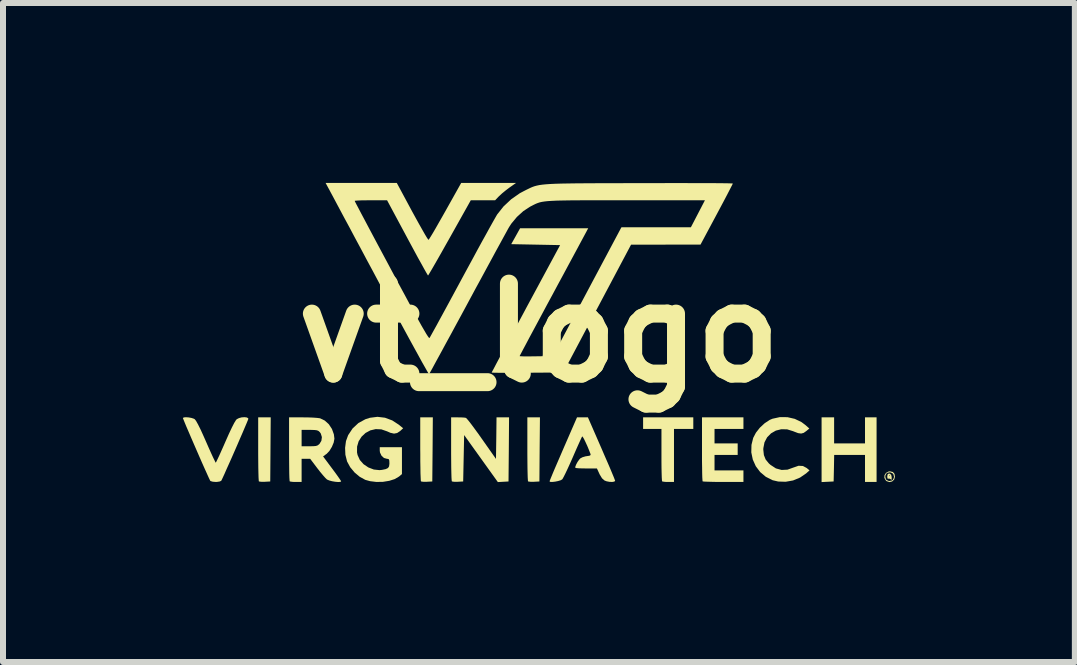
<source format=kicad_pcb>
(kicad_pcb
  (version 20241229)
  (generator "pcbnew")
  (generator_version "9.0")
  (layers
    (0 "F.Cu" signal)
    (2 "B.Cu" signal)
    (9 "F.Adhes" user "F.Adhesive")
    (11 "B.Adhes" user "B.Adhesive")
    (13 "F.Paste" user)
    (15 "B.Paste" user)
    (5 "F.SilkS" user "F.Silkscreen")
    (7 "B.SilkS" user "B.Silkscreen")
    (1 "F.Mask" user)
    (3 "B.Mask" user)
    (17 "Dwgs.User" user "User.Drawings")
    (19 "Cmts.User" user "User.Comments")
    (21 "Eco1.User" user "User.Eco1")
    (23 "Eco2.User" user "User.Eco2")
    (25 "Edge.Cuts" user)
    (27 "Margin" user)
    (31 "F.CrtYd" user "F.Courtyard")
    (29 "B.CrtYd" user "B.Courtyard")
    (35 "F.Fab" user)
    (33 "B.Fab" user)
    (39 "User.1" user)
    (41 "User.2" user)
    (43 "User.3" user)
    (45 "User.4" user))
  (footprint "vt_logo"
    (layer "F.Cu")
    (at 5.936 2.501)
    (property "Reference" "vt_logo" (at 0 0 0) (layer "F.SilkS") (effects (font (size 1.5 1.5) (thickness 0.3))))
    (attr board_only exclude_from_pos_files exclude_from_bom)
    (fp_poly (pts (xy -4.476 1.942) (xy -4.48 2.477) (xy -4.569 2.482) (xy -4.62 2.483) (xy -4.658 2.479) (xy -4.67 2.475) (xy -4.672 2.457) (xy -4.675 2.41) (xy -4.677 2.339) (xy -4.679 2.248) (xy -4.68 2.14) (xy -4.681 2.018) (xy -4.681 1.936) (xy -4.681 1.408) (xy -4.576 1.408) (xy -4.472 1.408)) (stroke (width 0) (type solid)) (fill yes) (layer "F.SilkS"))
    (fp_poly (pts (xy -1.773 1.942) (xy -1.778 2.477) (xy -1.867 2.482) (xy -1.918 2.483) (xy -1.955 2.479) (xy -1.967 2.475) (xy -1.97 2.457) (xy -1.972 2.41) (xy -1.975 2.339) (xy -1.976 2.248) (xy -1.978 2.14) (xy -1.978 2.018) (xy -1.979 1.936) (xy -1.979 1.408) (xy -1.874 1.408) (xy -1.769 1.408)) (stroke (width 0) (type solid)) (fill yes) (layer "F.SilkS"))
    (fp_poly (pts (xy 0.012 1.942) (xy 0.008 2.477) (xy -0.081 2.482) (xy -0.132 2.483) (xy -0.169 2.479) (xy -0.182 2.475) (xy -0.184 2.457) (xy -0.187 2.41) (xy -0.189 2.339) (xy -0.191 2.248) (xy -0.192 2.14) (xy -0.193 2.018) (xy -0.193 1.936) (xy -0.193 1.408) (xy -0.088 1.408) (xy 0.017 1.408)) (stroke (width 0) (type solid)) (fill yes) (layer "F.SilkS"))
    (fp_poly (pts (xy 5.874 2.367) (xy 5.882 2.406) (xy 5.881 2.443) (xy 5.875 2.451) (xy 5.864 2.438) (xy 5.843 2.429) (xy 5.831 2.431) (xy 5.813 2.429) (xy 5.807 2.4) (xy 5.807 2.4) (xy 5.81 2.381) (xy 5.839 2.381) (xy 5.847 2.389) (xy 5.855 2.381) (xy 5.847 2.373) (xy 5.839 2.381) (xy 5.81 2.381) (xy 5.812 2.365) (xy 5.822 2.349) (xy 5.851 2.346)) (stroke (width 0) (type solid)) (fill yes) (layer "F.SilkS"))
    (fp_poly (pts (xy 2.574 1.504) (xy 2.574 1.601) (xy 2.413 1.601) (xy 2.252 1.601) (xy 2.252 2.043) (xy 2.252 2.485) (xy 2.158 2.485) (xy 2.106 2.484) (xy 2.067 2.479) (xy 2.054 2.475) (xy 2.051 2.456) (xy 2.048 2.41) (xy 2.046 2.34) (xy 2.044 2.251) (xy 2.043 2.147) (xy 2.043 2.032) (xy 2.043 2.032) (xy 2.043 1.601) (xy 1.89 1.601) (xy 1.737 1.601) (xy 1.737 1.504) (xy 1.737 1.408) (xy 2.156 1.408) (xy 2.574 1.408)) (stroke (width 0) (type solid)) (fill yes) (layer "F.SilkS"))
    (fp_poly (pts (xy 4.922 1.625) (xy 4.922 1.842) (xy 5.18 1.842) (xy 5.437 1.842) (xy 5.437 1.625) (xy 5.437 1.408) (xy 5.534 1.408) (xy 5.63 1.408) (xy 5.63 1.946) (xy 5.63 2.485) (xy 5.534 2.485) (xy 5.437 2.485) (xy 5.437 2.26) (xy 5.437 2.035) (xy 5.18 2.035) (xy 4.923 2.035) (xy 4.919 2.256) (xy 4.914 2.477) (xy 4.814 2.482) (xy 4.713 2.487) (xy 4.713 1.947) (xy 4.713 1.408) (xy 4.818 1.408) (xy 4.922 1.408)) (stroke (width 0) (type solid)) (fill yes) (layer "F.SilkS"))
    (fp_poly (pts (xy 5.902 2.319) (xy 5.929 2.351) (xy 5.936 2.399) (xy 5.923 2.446) (xy 5.889 2.477) (xy 5.845 2.487) (xy 5.8 2.473) (xy 5.784 2.46) (xy 5.76 2.418) (xy 5.761 2.397) (xy 5.775 2.397) (xy 5.784 2.434) (xy 5.794 2.45) (xy 5.826 2.466) (xy 5.847 2.469) (xy 5.884 2.461) (xy 5.9 2.45) (xy 5.917 2.419) (xy 5.92 2.397) (xy 5.911 2.36) (xy 5.9 2.344) (xy 5.869 2.328) (xy 5.847 2.324) (xy 5.81 2.333) (xy 5.794 2.344) (xy 5.778 2.375) (xy 5.775 2.397) (xy 5.761 2.397) (xy 5.762 2.373) (xy 5.787 2.334) (xy 5.829 2.311) (xy 5.853 2.308)) (stroke (width 0) (type solid)) (fill yes) (layer "F.SilkS"))
    (fp_poly (pts (xy -1.293 1.409) (xy -1.243 1.412) (xy -1.216 1.417) (xy -1.2 1.433) (xy -1.168 1.471) (xy -1.124 1.528) (xy -1.07 1.601) (xy -1.008 1.686) (xy -0.953 1.764) (xy -0.716 2.101) (xy -0.711 1.754) (xy -0.707 1.408) (xy -0.603 1.408) (xy -0.498 1.408) (xy -0.502 1.942) (xy -0.507 2.477) (xy -0.596 2.482) (xy -0.685 2.487) (xy -0.966 2.095) (xy -1.247 1.703) (xy -1.255 2.09) (xy -1.263 2.477) (xy -1.352 2.482) (xy -1.403 2.483) (xy -1.44 2.479) (xy -1.452 2.475) (xy -1.455 2.457) (xy -1.458 2.41) (xy -1.46 2.339) (xy -1.462 2.248) (xy -1.463 2.14) (xy -1.464 2.018) (xy -1.464 1.936) (xy -1.464 1.408) (xy -1.353 1.408)) (stroke (width 0) (type solid)) (fill yes) (layer "F.SilkS"))
    (fp_poly (pts (xy 3.41 1.504) (xy 3.41 1.601) (xy 3.169 1.601) (xy 2.928 1.601) (xy 2.928 1.721) (xy 2.928 1.842) (xy 3.121 1.842) (xy 3.314 1.842) (xy 3.314 1.938) (xy 3.314 2.035) (xy 3.121 2.035) (xy 2.928 2.035) (xy 2.928 2.164) (xy 2.928 2.292) (xy 3.169 2.292) (xy 3.41 2.292) (xy 3.41 2.389) (xy 3.41 2.485) (xy 3.075 2.485) (xy 2.974 2.485) (xy 2.885 2.483) (xy 2.811 2.481) (xy 2.758 2.479) (xy 2.732 2.476) (xy 2.729 2.475) (xy 2.727 2.456) (xy 2.724 2.41) (xy 2.722 2.339) (xy 2.721 2.248) (xy 2.719 2.14) (xy 2.719 2.018) (xy 2.719 1.936) (xy 2.719 1.408) (xy 3.064 1.408) (xy 3.41 1.408)) (stroke (width 0) (type solid)) (fill yes) (layer "F.SilkS"))
    (fp_poly (pts (xy 4.144 1.405) (xy 4.266 1.433) (xy 4.378 1.487) (xy 4.441 1.534) (xy 4.509 1.594) (xy 4.457 1.637) (xy 4.414 1.667) (xy 4.372 1.678) (xy 4.322 1.671) (xy 4.256 1.646) (xy 4.239 1.639) (xy 4.139 1.608) (xy 4.041 1.606) (xy 3.95 1.629) (xy 3.87 1.675) (xy 3.805 1.741) (xy 3.761 1.824) (xy 3.742 1.922) (xy 3.741 1.946) (xy 3.751 2.037) (xy 3.78 2.11) (xy 3.834 2.176) (xy 3.861 2.2) (xy 3.951 2.259) (xy 4.046 2.285) (xy 4.145 2.28) (xy 4.248 2.243) (xy 4.249 2.243) (xy 4.329 2.215) (xy 4.402 2.219) (xy 4.464 2.252) (xy 4.512 2.292) (xy 4.456 2.342) (xy 4.354 2.412) (xy 4.238 2.46) (xy 4.114 2.482) (xy 3.99 2.478) (xy 3.896 2.456) (xy 3.783 2.399) (xy 3.689 2.32) (xy 3.616 2.223) (xy 3.566 2.112) (xy 3.541 1.992) (xy 3.544 1.867) (xy 3.573 1.75) (xy 3.618 1.664) (xy 3.684 1.58) (xy 3.764 1.506) (xy 3.849 1.45) (xy 3.894 1.431) (xy 4.017 1.404)) (stroke (width 0) (type solid)) (fill yes) (layer "F.SilkS"))
    (fp_poly (pts (xy -2.567 1.414) (xy -2.446 1.459) (xy -2.337 1.53) (xy -2.264 1.59) (xy -2.314 1.636) (xy -2.364 1.669) (xy -2.416 1.679) (xy -2.478 1.665) (xy -2.532 1.641) (xy -2.628 1.608) (xy -2.722 1.604) (xy -2.811 1.625) (xy -2.891 1.668) (xy -2.957 1.73) (xy -3.006 1.807) (xy -3.032 1.895) (xy -3.033 1.992) (xy -3.024 2.036) (xy -2.986 2.119) (xy -2.924 2.189) (xy -2.844 2.243) (xy -2.753 2.278) (xy -2.658 2.288) (xy -2.618 2.284) (xy -2.555 2.271) (xy -2.517 2.253) (xy -2.499 2.226) (xy -2.493 2.183) (xy -2.493 2.171) (xy -2.495 2.127) (xy -2.503 2.106) (xy -2.523 2.1) (xy -2.534 2.099) (xy -2.584 2.085) (xy -2.625 2.047) (xy -2.65 1.994) (xy -2.654 1.963) (xy -2.654 1.906) (xy -2.469 1.906) (xy -2.284 1.906) (xy -2.284 2.13) (xy -2.284 2.354) (xy -2.333 2.395) (xy -2.404 2.437) (xy -2.495 2.466) (xy -2.6 2.483) (xy -2.71 2.485) (xy -2.816 2.472) (xy -2.895 2.45) (xy -2.987 2.4) (xy -3.074 2.327) (xy -3.147 2.239) (xy -3.198 2.145) (xy -3.2 2.139) (xy -3.227 2.032) (xy -3.232 1.916) (xy -3.217 1.803) (xy -3.181 1.705) (xy -3.106 1.592) (xy -3.01 1.503) (xy -2.895 1.44) (xy -2.817 1.415) (xy -2.692 1.399)) (stroke (width 0) (type solid)) (fill yes) (layer "F.SilkS"))
    (fp_poly (pts (xy 1.044 1.928) (xy 1.096 2.049) (xy 1.145 2.161) (xy 1.188 2.261) (xy 1.223 2.345) (xy 1.25 2.41) (xy 1.266 2.452) (xy 1.271 2.466) (xy 1.257 2.479) (xy 1.222 2.485) (xy 1.175 2.483) (xy 1.128 2.474) (xy 1.094 2.461) (xy 1.052 2.424) (xy 1.012 2.358) (xy 1.008 2.349) (xy 0.967 2.26) (xy 0.792 2.26) (xy 0.72 2.259) (xy 0.66 2.257) (xy 0.62 2.253) (xy 0.607 2.25) (xy 0.607 2.23) (xy 0.621 2.194) (xy 0.644 2.151) (xy 0.672 2.112) (xy 0.689 2.093) (xy 0.726 2.073) (xy 0.777 2.058) (xy 0.796 2.055) (xy 0.842 2.048) (xy 0.861 2.037) (xy 0.861 2.021) (xy 0.835 1.954) (xy 0.807 1.886) (xy 0.778 1.823) (xy 0.753 1.771) (xy 0.733 1.737) (xy 0.722 1.725) (xy 0.722 1.725) (xy 0.712 1.743) (xy 0.692 1.786) (xy 0.663 1.85) (xy 0.627 1.93) (xy 0.587 2.022) (xy 0.564 2.075) (xy 0.52 2.174) (xy 0.479 2.264) (xy 0.443 2.34) (xy 0.414 2.398) (xy 0.394 2.434) (xy 0.388 2.442) (xy 0.362 2.457) (xy 0.319 2.47) (xy 0.269 2.48) (xy 0.223 2.485) (xy 0.189 2.484) (xy 0.177 2.475) (xy 0.183 2.458) (xy 0.201 2.414) (xy 0.228 2.348) (xy 0.264 2.263) (xy 0.308 2.161) (xy 0.357 2.048) (xy 0.406 1.934) (xy 0.635 1.408) (xy 0.726 1.408) (xy 0.817 1.408)) (stroke (width 0) (type solid)) (fill yes) (layer "F.SilkS"))
    (fp_poly (pts (xy -4.869 1.41) (xy -4.847 1.424) (xy -4.846 1.436) (xy -4.855 1.459) (xy -4.875 1.508) (xy -4.904 1.576) (xy -4.94 1.661) (xy -4.982 1.757) (xy -5.027 1.862) (xy -5.074 1.97) (xy -5.121 2.077) (xy -5.166 2.178) (xy -5.208 2.271) (xy -5.243 2.351) (xy -5.271 2.412) (xy -5.29 2.452) (xy -5.297 2.465) (xy -5.321 2.477) (xy -5.365 2.484) (xy -5.389 2.485) (xy -5.438 2.481) (xy -5.473 2.471) (xy -5.481 2.465) (xy -5.49 2.446) (xy -5.511 2.402) (xy -5.54 2.337) (xy -5.577 2.255) (xy -5.619 2.161) (xy -5.664 2.058) (xy -5.711 1.95) (xy -5.758 1.842) (xy -5.803 1.738) (xy -5.844 1.642) (xy -5.88 1.559) (xy -5.908 1.491) (xy -5.927 1.444) (xy -5.936 1.421) (xy -5.936 1.42) (xy -5.922 1.409) (xy -5.887 1.406) (xy -5.84 1.409) (xy -5.792 1.418) (xy -5.753 1.431) (xy -5.739 1.439) (xy -5.717 1.467) (xy -5.684 1.526) (xy -5.64 1.614) (xy -5.587 1.731) (xy -5.549 1.817) (xy -5.506 1.915) (xy -5.467 2.002) (xy -5.434 2.074) (xy -5.408 2.127) (xy -5.393 2.158) (xy -5.389 2.164) (xy -5.38 2.149) (xy -5.361 2.11) (xy -5.332 2.049) (xy -5.297 1.971) (xy -5.256 1.879) (xy -5.229 1.817) (xy -5.169 1.682) (xy -5.119 1.576) (xy -5.08 1.5) (xy -5.051 1.453) (xy -5.038 1.439) (xy -5.001 1.42) (xy -4.955 1.408) (xy -4.908 1.405)) (stroke (width 0) (type solid)) (fill yes) (layer "F.SilkS"))
    (fp_poly (pts (xy -3.937 1.408) (xy -3.849 1.409) (xy -3.767 1.412) (xy -3.699 1.417) (xy -3.653 1.423) (xy -3.646 1.425) (xy -3.57 1.462) (xy -3.503 1.523) (xy -3.451 1.602) (xy -3.419 1.691) (xy -3.41 1.764) (xy -3.422 1.828) (xy -3.452 1.9) (xy -3.493 1.967) (xy -3.54 2.017) (xy -3.545 2.02) (xy -3.599 2.059) (xy -3.449 2.26) (xy -3.397 2.33) (xy -3.353 2.391) (xy -3.32 2.439) (xy -3.301 2.468) (xy -3.298 2.475) (xy -3.312 2.484) (xy -3.347 2.486) (xy -3.396 2.482) (xy -3.449 2.473) (xy -3.497 2.46) (xy -3.532 2.445) (xy -3.535 2.443) (xy -3.562 2.417) (xy -3.602 2.372) (xy -3.65 2.314) (xy -3.696 2.255) (xy -3.814 2.099) (xy -3.885 2.099) (xy -3.957 2.099) (xy -3.957 2.292) (xy -3.957 2.485) (xy -4.051 2.485) (xy -4.103 2.484) (xy -4.142 2.479) (xy -4.156 2.475) (xy -4.158 2.456) (xy -4.161 2.41) (xy -4.163 2.339) (xy -4.164 2.248) (xy -4.165 2.14) (xy -4.166 2.018) (xy -4.166 1.936) (xy -4.166 1.753) (xy -3.957 1.753) (xy -3.957 1.89) (xy -3.828 1.89) (xy -3.761 1.889) (xy -3.718 1.885) (xy -3.689 1.875) (xy -3.666 1.857) (xy -3.659 1.851) (xy -3.627 1.798) (xy -3.619 1.737) (xy -3.637 1.678) (xy -3.654 1.654) (xy -3.675 1.635) (xy -3.701 1.624) (xy -3.739 1.619) (xy -3.797 1.617) (xy -3.823 1.617) (xy -3.957 1.617) (xy -3.957 1.753) (xy -4.166 1.753) (xy -4.166 1.408)) (stroke (width 0) (type solid)) (fill yes) (layer "F.SilkS"))
    (fp_poly (pts (xy -2.114 -2.025) (xy -2.052 -1.912) (xy -1.995 -1.809) (xy -1.944 -1.719) (xy -1.902 -1.645) (xy -1.869 -1.59) (xy -1.848 -1.559) (xy -1.841 -1.552) (xy -1.83 -1.566) (xy -1.805 -1.605) (xy -1.768 -1.666) (xy -1.722 -1.745) (xy -1.668 -1.84) (xy -1.608 -1.945) (xy -1.561 -2.028) (xy -1.296 -2.501) (xy -0.839 -2.501) (xy -0.381 -2.501) (xy -0.492 -2.423) (xy -0.554 -2.376) (xy -0.615 -2.326) (xy -0.662 -2.282) (xy -0.667 -2.278) (xy -0.73 -2.212) (xy -0.933 -2.212) (xy -1.136 -2.212) (xy -1.488 -1.584) (xy -1.561 -1.455) (xy -1.629 -1.334) (xy -1.691 -1.225) (xy -1.745 -1.131) (xy -1.789 -1.055) (xy -1.823 -0.998) (xy -1.843 -0.965) (xy -1.849 -0.957) (xy -1.858 -0.971) (xy -1.881 -1.01) (xy -1.916 -1.072) (xy -1.961 -1.154) (xy -2.016 -1.252) (xy -2.077 -1.365) (xy -2.144 -1.489) (xy -2.195 -1.584) (xy -2.532 -2.212) (xy -2.802 -2.212) (xy -2.892 -2.211) (xy -2.968 -2.21) (xy -3.027 -2.207) (xy -3.064 -2.204) (xy -3.072 -2.202) (xy -3.065 -2.186) (xy -3.044 -2.145) (xy -3.009 -2.079) (xy -2.963 -1.991) (xy -2.906 -1.884) (xy -2.84 -1.759) (xy -2.765 -1.618) (xy -2.683 -1.464) (xy -2.594 -1.298) (xy -2.501 -1.124) (xy -2.458 -1.043) (xy -2.342 -0.826) (xy -2.239 -0.636) (xy -2.151 -0.472) (xy -2.074 -0.332) (xy -2.01 -0.215) (xy -1.957 -0.119) (xy -1.913 -0.044) (xy -1.88 0.013) (xy -1.855 0.052) (xy -1.838 0.076) (xy -1.828 0.085) (xy -1.825 0.085) (xy -1.814 0.067) (xy -1.79 0.024) (xy -1.753 -0.043) (xy -1.704 -0.131) (xy -1.646 -0.238) (xy -1.579 -0.361) (xy -1.504 -0.499) (xy -1.423 -0.649) (xy -1.337 -0.808) (xy -1.287 -0.901) (xy -1.197 -1.067) (xy -1.11 -1.227) (xy -1.028 -1.379) (xy -0.951 -1.52) (xy -0.881 -1.646) (xy -0.82 -1.757) (xy -0.769 -1.848) (xy -0.73 -1.917) (xy -0.704 -1.962) (xy -0.697 -1.974) (xy -0.591 -2.108) (xy -0.463 -2.228) (xy -0.319 -2.329) (xy -0.251 -2.365) (xy -0.21 -2.386) (xy -0.173 -2.404) (xy -0.14 -2.42) (xy -0.107 -2.434) (xy -0.073 -2.446) (xy -0.036 -2.456) (xy 0.007 -2.465) (xy 0.057 -2.472) (xy 0.117 -2.478) (xy 0.189 -2.483) (xy 0.274 -2.487) (xy 0.375 -2.49) (xy 0.495 -2.492) (xy 0.634 -2.494) (xy 0.795 -2.495) (xy 0.981 -2.496) (xy 1.193 -2.496) (xy 1.433 -2.497) (xy 1.661 -2.498) (xy 1.883 -2.498) (xy 2.095 -2.498) (xy 2.296 -2.499) (xy 2.484 -2.498) (xy 2.655 -2.498) (xy 2.809 -2.497) (xy 2.942 -2.497) (xy 3.053 -2.496) (xy 3.139 -2.495) (xy 3.199 -2.493) (xy 3.23 -2.492) (xy 3.233 -2.491) (xy 3.226 -2.475) (xy 3.205 -2.434) (xy 3.172 -2.37) (xy 3.13 -2.289) (xy 3.079 -2.192) (xy 3.021 -2.083) (xy 2.964 -1.976) (xy 2.694 -1.472) (xy 2.115 -1.472) (xy 1.536 -1.471) (xy 0.971 -0.406) (xy 0.406 0.66) (xy -0.191 0.664) (xy -0.326 0.665) (xy -0.451 0.665) (xy -0.561 0.665) (xy -0.653 0.665) (xy -0.724 0.664) (xy -0.77 0.663) (xy -0.788 0.661) (xy -0.788 0.661) (xy -0.781 0.646) (xy -0.759 0.606) (xy -0.725 0.541) (xy -0.679 0.454) (xy -0.622 0.348) (xy -0.556 0.225) (xy -0.482 0.086) (xy -0.4 -0.065) (xy -0.313 -0.227) (xy -0.222 -0.397) (xy -0.218 -0.405) (xy 0.353 -1.464) (xy -0.055 -1.472) (xy -0.462 -1.48) (xy -0.388 -1.612) (xy -0.314 -1.745) (xy 0.254 -1.745) (xy 0.822 -1.745) (xy 0.802 -1.709) (xy 0.792 -1.689) (xy 0.767 -1.643) (xy 0.73 -1.574) (xy 0.681 -1.483) (xy 0.622 -1.373) (xy 0.554 -1.247) (xy 0.478 -1.106) (xy 0.396 -0.953) (xy 0.308 -0.791) (xy 0.231 -0.647) (xy 0.14 -0.479) (xy 0.055 -0.32) (xy -0.025 -0.171) (xy -0.098 -0.035) (xy -0.163 0.086) (xy -0.218 0.19) (xy -0.263 0.274) (xy -0.296 0.337) (xy -0.316 0.375) (xy -0.322 0.387) (xy -0.307 0.389) (xy -0.264 0.391) (xy -0.2 0.392) (xy -0.12 0.391) (xy -0.044 0.39) (xy 0.233 0.386) (xy 0.804 -0.688) (xy 1.375 -1.761) (xy 1.954 -1.762) (xy 2.534 -1.762) (xy 2.651 -1.987) (xy 2.768 -2.212) (xy 1.452 -2.212) (xy 1.208 -2.212) (xy 0.995 -2.212) (xy 0.81 -2.212) (xy 0.65 -2.211) (xy 0.513 -2.21) (xy 0.397 -2.208) (xy 0.299 -2.206) (xy 0.218 -2.202) (xy 0.151 -2.198) (xy 0.096 -2.192) (xy 0.05 -2.185) (xy 0.011 -2.176) (xy -0.022 -2.165) (xy -0.052 -2.153) (xy -0.083 -2.138) (xy -0.114 -2.122) (xy -0.147 -2.105) (xy -0.26 -2.031) (xy -0.367 -1.934) (xy -0.46 -1.822) (xy -0.499 -1.762) (xy -0.516 -1.732) (xy -0.547 -1.675) (xy -0.591 -1.595) (xy -0.646 -1.494) (xy -0.712 -1.374) (xy -0.786 -1.237) (xy -0.868 -1.086) (xy -0.956 -0.923) (xy -1.05 -0.751) (xy -1.147 -0.571) (xy -1.19 -0.491) (xy -1.287 -0.311) (xy -1.38 -0.14) (xy -1.467 0.021) (xy -1.548 0.169) (xy -1.621 0.304) (xy -1.685 0.421) (xy -1.739 0.52) (xy -1.781 0.598) (xy -1.812 0.653) (xy -1.829 0.683) (xy -1.832 0.688) (xy -1.841 0.676) (xy -1.864 0.637) (xy -1.9 0.573) (xy -1.949 0.487) (xy -2.008 0.379) (xy -2.078 0.252) (xy -2.157 0.108) (xy -2.244 -0.052) (xy -2.338 -0.226) (xy -2.438 -0.412) (xy -2.543 -0.608) (xy -2.653 -0.813) (xy -2.655 -0.816) (xy -2.765 -1.023) (xy -2.873 -1.223) (xy -2.975 -1.415) (xy -3.072 -1.595) (xy -3.161 -1.763) (xy -3.244 -1.916) (xy -3.317 -2.053) (xy -3.38 -2.171) (xy -3.432 -2.269) (xy -3.472 -2.343) (xy -3.499 -2.394) (xy -3.512 -2.417) (xy -3.557 -2.501) (xy -2.964 -2.501) (xy -2.37 -2.501)) (stroke (width 0) (type solid)) (fill yes) (layer "F.SilkS")))
  (gr_rect
    (start -3 -3)
    (end 14.872 7.988)
    (stroke (width 0.1) (type default))
    (fill no)
    (layer "Edge.Cuts")))
</source>
